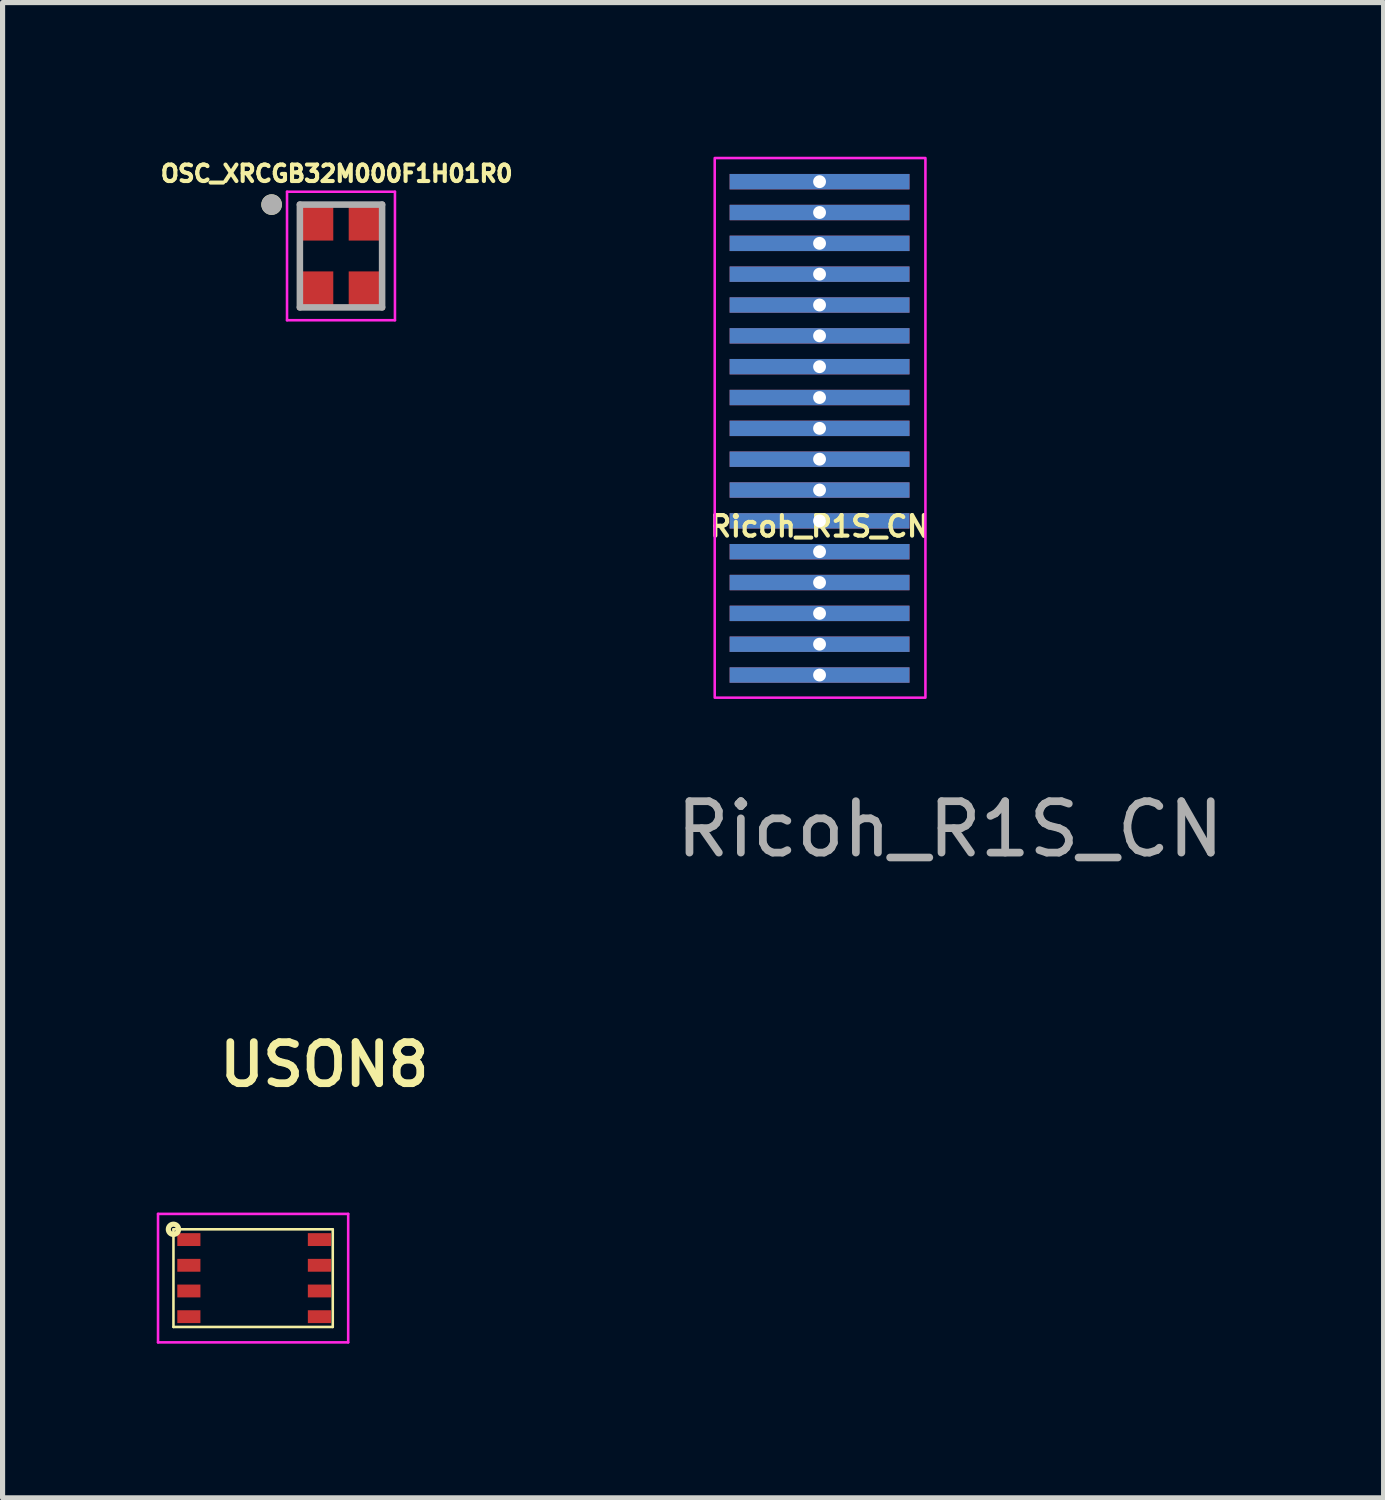
<source format=kicad_pcb>
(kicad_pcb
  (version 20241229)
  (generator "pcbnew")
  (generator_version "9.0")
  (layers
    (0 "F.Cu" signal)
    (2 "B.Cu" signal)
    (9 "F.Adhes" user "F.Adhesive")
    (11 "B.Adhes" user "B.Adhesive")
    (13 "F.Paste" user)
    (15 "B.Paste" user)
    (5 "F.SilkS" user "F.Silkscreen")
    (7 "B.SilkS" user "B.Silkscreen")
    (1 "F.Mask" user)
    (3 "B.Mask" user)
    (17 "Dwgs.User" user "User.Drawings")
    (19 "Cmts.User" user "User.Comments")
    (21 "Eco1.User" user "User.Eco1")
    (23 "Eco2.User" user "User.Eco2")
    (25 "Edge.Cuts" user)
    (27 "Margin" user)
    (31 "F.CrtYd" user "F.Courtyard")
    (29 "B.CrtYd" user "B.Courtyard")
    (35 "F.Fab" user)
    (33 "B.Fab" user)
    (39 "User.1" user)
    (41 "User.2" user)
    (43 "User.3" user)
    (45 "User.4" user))
  (footprint "OSC_XRCGB32M000F1H01R0"
    (layer "F.Cu")
    (at 3.585 1.931)
    (property "Reference" "OSC_XRCGB32M000F1H01R0" (at -0.084 -1.603 0) (layer "F.SilkS") (effects (font (size 0.32 0.32) (thickness 0.15))))
    (attr smd)
    (fp_circle (center -1.35 -1) (end -1.25 -1) (stroke (width 0.2) (type solid)) (fill no) (layer "F.SilkS"))
    (fp_line (start -1.05 -1.25) (end 1.05 -1.25) (stroke (width 0.05) (type solid)) (layer "F.CrtYd"))
    (fp_line (start -1.05 1.25) (end -1.05 -1.25) (stroke (width 0.05) (type solid)) (layer "F.CrtYd"))
    (fp_line (start 1.05 -1.25) (end 1.05 1.25) (stroke (width 0.05) (type solid)) (layer "F.CrtYd"))
    (fp_line (start 1.05 1.25) (end -1.05 1.25) (stroke (width 0.05) (type solid)) (layer "F.CrtYd"))
    (fp_line (start -0.8 -1) (end 0.8 -1) (stroke (width 0.127) (type solid)) (layer "F.Fab"))
    (fp_line (start -0.8 1) (end -0.8 -1) (stroke (width 0.127) (type solid)) (layer "F.Fab"))
    (fp_line (start 0.8 -1) (end 0.8 1) (stroke (width 0.127) (type solid)) (layer "F.Fab"))
    (fp_line (start 0.8 1) (end -0.8 1) (stroke (width 0.127) (type solid)) (layer "F.Fab"))
    (fp_circle (center -1.35 -1) (end -1.25 -1) (stroke (width 0.2) (type solid)) (fill no) (layer "F.Fab"))
    (pad "1" smd rect (at -0.5 -0.675) (size 0.7 0.75) (layers "F.Cu" "F.Mask" "F.Paste"))
    (pad "2" smd rect (at -0.5 0.675) (size 0.7 0.75) (layers "F.Cu" "F.Mask" "F.Paste"))
    (pad "3" smd rect (at 0.5 0.675) (size 0.7 0.75) (layers "F.Cu" "F.Mask" "F.Paste"))
    (pad "4" smd rect (at 0.5 -0.675) (size 0.7 0.75) (layers "F.Cu" "F.Mask" "F.Paste")))
  (footprint "Ricoh_R1S_CN"
    (layer "F.Cu")
    (at 12.897 10.085)
    (property "Reference" "Ricoh_R1S_CN" (at 0 -2.894 0) (unlocked yes) (layer "F.SilkS") (effects (font (size 0.4 0.4) (thickness 0.08))))
    (attr through_hole)
    (fp_rect (start -2.04 -10.06) (end 2.06 0.44) (stroke (width 0.05) (type default)) (fill no) (layer "F.CrtYd"))
    (fp_text user "${REFERENCE}" (at 2.54 3 0) (unlocked yes) (layer "F.Fab") (effects (font (size 1 1) (thickness 0.15))))
    (pad "1" thru_hole rect (at 0 -9.6) (size 3.5 0.3) (drill 0.25) (layers "*.Cu" "*.Mask"))
    (pad "2" thru_hole rect (at 0 -9) (size 3.5 0.3) (drill 0.25) (layers "*.Cu" "*.Mask"))
    (pad "3" thru_hole rect (at 0 -8.4) (size 3.5 0.3) (drill 0.25) (layers "*.Cu" "*.Mask"))
    (pad "4" thru_hole rect (at 0 -7.8) (size 3.5 0.3) (drill 0.25) (layers "*.Cu" "*.Mask"))
    (pad "5" thru_hole rect (at 0 -7.2) (size 3.5 0.3) (drill 0.25) (layers "*.Cu" "*.Mask"))
    (pad "6" thru_hole rect (at 0 -6.6) (size 3.5 0.3) (drill 0.25) (layers "*.Cu" "*.Mask"))
    (pad "7" thru_hole rect (at 0 -6) (size 3.5 0.3) (drill 0.25) (layers "*.Cu" "*.Mask"))
    (pad "8" thru_hole rect (at 0 -5.4) (size 3.5 0.3) (drill 0.25) (layers "*.Cu" "*.Mask"))
    (pad "9" thru_hole rect (at 0 -4.8) (size 3.5 0.3) (drill 0.25) (layers "*.Cu" "*.Mask"))
    (pad "10" thru_hole rect (at 0 -4.2) (size 3.5 0.3) (drill 0.25) (layers "*.Cu" "*.Mask"))
    (pad "11" thru_hole rect (at 0 -3.6) (size 3.5 0.3) (drill 0.25) (layers "*.Cu" "*.Mask"))
    (pad "12" thru_hole rect (at 0 -3) (size 3.5 0.3) (drill 0.25) (layers "*.Cu" "*.Mask"))
    (pad "13" thru_hole rect (at 0 -2.4) (size 3.5 0.3) (drill 0.25) (layers "*.Cu" "*.Mask"))
    (pad "14" thru_hole rect (at 0 -1.8) (size 3.5 0.3) (drill 0.25) (layers "*.Cu" "*.Mask"))
    (pad "15" thru_hole rect (at 0 -1.2) (size 3.5 0.3) (drill 0.25) (layers "*.Cu" "*.Mask"))
    (pad "16" thru_hole rect (at 0 -0.6) (size 3.5 0.3) (drill 0.25) (layers "*.Cu" "*.Mask"))
    (pad "17" thru_hole rect (at 0 0) (size 3.5 0.3) (drill 0.25) (layers "*.Cu" "*.Mask")))
  (footprint "USON8"
    (layer "F.Cu")
    (at 0.625 22.57)
    (property "Reference" "USON8" (at 2.635 -4.905 0) (layer "F.SilkS") (effects (font (size 0.8 0.8) (thickness 0.15))))
    (attr through_hole)
    (fp_line (start -0.3 -1.7) (end 2.8 -1.7) (stroke (width 0.05) (type default)) (layer "F.SilkS"))
    (fp_line (start -0.3 0.2) (end -0.3 -1.7) (stroke (width 0.05) (type default)) (layer "F.SilkS"))
    (fp_line (start 2.8 -1.7) (end 2.8 0.2) (stroke (width 0.05) (type default)) (layer "F.SilkS"))
    (fp_line (start 2.8 0.2) (end -0.3 0.2) (stroke (width 0.05) (type default)) (layer "F.SilkS"))
    (fp_circle (center -0.3 -1.7) (end -0.2 -1.7) (stroke (width 0.1) (type solid)) (fill no) (layer "F.SilkS"))
    (fp_line (start -0.6 -2) (end -0.6 0.5) (stroke (width 0.05) (type solid)) (layer "F.CrtYd"))
    (fp_line (start -0.6 -2) (end 3.1 -2) (stroke (width 0.05) (type solid)) (layer "F.CrtYd"))
    (fp_line (start -0.6 0.5) (end 3.1 0.5) (stroke (width 0.05) (type solid)) (layer "F.CrtYd"))
    (fp_line (start 3.1 -2) (end 3.1 0.5) (stroke (width 0.05) (type solid)) (layer "F.CrtYd"))
    (pad "1" smd rect (at 0 -1.5) (size 0.45 0.25) (layers "F.Cu" "F.Mask" "F.Paste"))
    (pad "2" smd rect (at 0 -1) (size 0.45 0.25) (layers "F.Cu" "F.Mask" "F.Paste"))
    (pad "3" smd rect (at 0 -0.5) (size 0.45 0.25) (layers "F.Cu" "F.Mask" "F.Paste"))
    (pad "4" smd rect (at 0 0) (size 0.45 0.25) (layers "F.Cu" "F.Mask" "F.Paste"))
    (pad "5" smd rect (at 2.54 0) (size 0.45 0.25) (layers "F.Cu" "F.Mask" "F.Paste"))
    (pad "6" smd rect (at 2.54 -0.5) (size 0.45 0.25) (layers "F.Cu" "F.Mask" "F.Paste"))
    (pad "7" smd rect (at 2.54 -1) (size 0.45 0.25) (layers "F.Cu" "F.Mask" "F.Paste"))
    (pad "8" smd rect (at 2.54 -1.5) (size 0.45 0.25) (layers "F.Cu" "F.Mask" "F.Paste")))
  (gr_rect
    (start -3 -3)
    (end 23.872 26.095)
    (stroke (width 0.1) (type default))
    (fill no)
    (layer "Edge.Cuts")))
</source>
